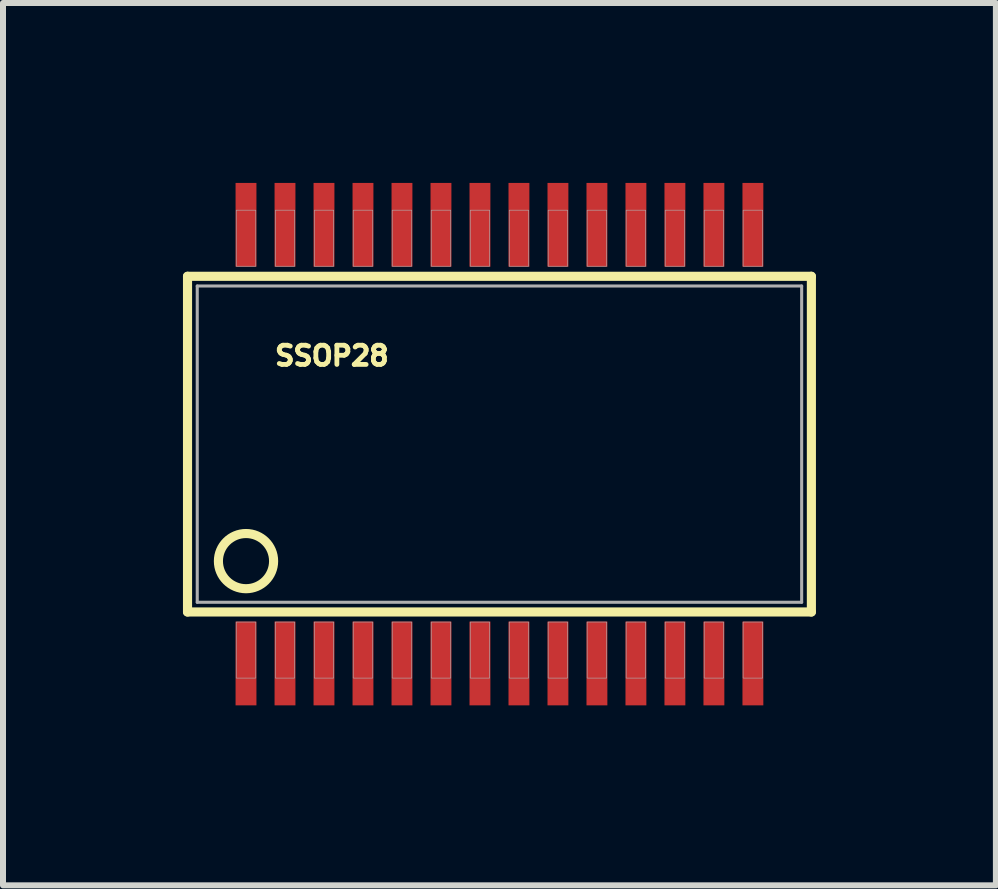
<source format=kicad_pcb>
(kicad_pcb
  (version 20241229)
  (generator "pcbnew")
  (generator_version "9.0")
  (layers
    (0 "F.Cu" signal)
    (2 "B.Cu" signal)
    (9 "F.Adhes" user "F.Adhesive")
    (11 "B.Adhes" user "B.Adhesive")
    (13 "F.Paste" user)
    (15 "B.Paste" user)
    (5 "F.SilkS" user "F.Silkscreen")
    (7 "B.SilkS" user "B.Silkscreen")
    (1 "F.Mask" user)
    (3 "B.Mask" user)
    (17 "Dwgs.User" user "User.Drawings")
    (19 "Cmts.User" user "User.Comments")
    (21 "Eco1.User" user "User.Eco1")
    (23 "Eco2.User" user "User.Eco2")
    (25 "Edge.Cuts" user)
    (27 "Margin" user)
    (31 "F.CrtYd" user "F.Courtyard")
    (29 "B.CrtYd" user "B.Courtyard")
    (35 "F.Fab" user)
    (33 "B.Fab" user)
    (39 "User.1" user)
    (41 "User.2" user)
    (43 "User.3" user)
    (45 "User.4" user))
  (footprint "SSOP28"
    (layer "F.Cu")
    (at 5.276 4.354)
    (property "Reference" "SSOP28" (at -2.794 -1.473 0) (layer "F.SilkS") (effects (font (size 0.32 0.32) (thickness 0.15))))
    (attr through_hole)
    (fp_line (start -5.2 -2.798) (end 5.2 -2.798) (stroke (width 0.152) (type solid)) (layer "F.SilkS"))
    (fp_line (start -5.2 2.798) (end -5.2 -2.798) (stroke (width 0.152) (type solid)) (layer "F.SilkS"))
    (fp_line (start 5.2 -2.798) (end 5.2 2.798) (stroke (width 0.152) (type solid)) (layer "F.SilkS"))
    (fp_line (start 5.2 2.798) (end -5.2 2.798) (stroke (width 0.152) (type solid)) (layer "F.SilkS"))
    (fp_circle (center -4.225 1.95) (end -3.765 1.95) (stroke (width 0.152) (type solid)) (fill no) (layer "F.SilkS"))
    (fp_poly (pts (xy -4.37 -4.25) (xy -4.08 -4.25) (xy -4.08 -3.06) (xy -4.37 -3.06)) (stroke (width 0.01) (type solid)) (fill yes) (layer "F.Paste"))
    (fp_poly (pts (xy -4.37 3.06) (xy -4.08 3.06) (xy -4.08 4.25) (xy -4.37 4.25)) (stroke (width 0.01) (type solid)) (fill yes) (layer "F.Paste"))
    (fp_poly (pts (xy -3.72 -4.25) (xy -3.43 -4.25) (xy -3.43 -3.06) (xy -3.72 -3.06)) (stroke (width 0.01) (type solid)) (fill yes) (layer "F.Paste"))
    (fp_poly (pts (xy -3.72 3.06) (xy -3.43 3.06) (xy -3.43 4.25) (xy -3.72 4.25)) (stroke (width 0.01) (type solid)) (fill yes) (layer "F.Paste"))
    (fp_poly (pts (xy -3.07 -4.25) (xy -2.78 -4.25) (xy -2.78 -3.06) (xy -3.07 -3.06)) (stroke (width 0.01) (type solid)) (fill yes) (layer "F.Paste"))
    (fp_poly (pts (xy -3.07 3.06) (xy -2.78 3.06) (xy -2.78 4.25) (xy -3.07 4.25)) (stroke (width 0.01) (type solid)) (fill yes) (layer "F.Paste"))
    (fp_poly (pts (xy -2.42 -4.25) (xy -2.13 -4.25) (xy -2.13 -3.06) (xy -2.42 -3.06)) (stroke (width 0.01) (type solid)) (fill yes) (layer "F.Paste"))
    (fp_poly (pts (xy -2.42 3.06) (xy -2.13 3.06) (xy -2.13 4.25) (xy -2.42 4.25)) (stroke (width 0.01) (type solid)) (fill yes) (layer "F.Paste"))
    (fp_poly (pts (xy -1.77 -4.25) (xy -1.48 -4.25) (xy -1.48 -3.06) (xy -1.77 -3.06)) (stroke (width 0.01) (type solid)) (fill yes) (layer "F.Paste"))
    (fp_poly (pts (xy -1.77 3.06) (xy -1.48 3.06) (xy -1.48 4.25) (xy -1.77 4.25)) (stroke (width 0.01) (type solid)) (fill yes) (layer "F.Paste"))
    (fp_poly (pts (xy -1.12 -4.25) (xy -0.83 -4.25) (xy -0.83 -3.06) (xy -1.12 -3.06)) (stroke (width 0.01) (type solid)) (fill yes) (layer "F.Paste"))
    (fp_poly (pts (xy -1.12 3.06) (xy -0.83 3.06) (xy -0.83 4.25) (xy -1.12 4.25)) (stroke (width 0.01) (type solid)) (fill yes) (layer "F.Paste"))
    (fp_poly (pts (xy -0.47 -4.25) (xy -0.18 -4.25) (xy -0.18 -3.06) (xy -0.47 -3.06)) (stroke (width 0.01) (type solid)) (fill yes) (layer "F.Paste"))
    (fp_poly (pts (xy -0.47 3.06) (xy -0.18 3.06) (xy -0.18 4.25) (xy -0.47 4.25)) (stroke (width 0.01) (type solid)) (fill yes) (layer "F.Paste"))
    (fp_poly (pts (xy 0.18 -4.25) (xy 0.47 -4.25) (xy 0.47 -3.06) (xy 0.18 -3.06)) (stroke (width 0.01) (type solid)) (fill yes) (layer "F.Paste"))
    (fp_poly (pts (xy 0.18 3.06) (xy 0.47 3.06) (xy 0.47 4.25) (xy 0.18 4.25)) (stroke (width 0.01) (type solid)) (fill yes) (layer "F.Paste"))
    (fp_poly (pts (xy 0.83 -4.25) (xy 1.12 -4.25) (xy 1.12 -3.06) (xy 0.83 -3.06)) (stroke (width 0.01) (type solid)) (fill yes) (layer "F.Paste"))
    (fp_poly (pts (xy 0.83 3.06) (xy 1.12 3.06) (xy 1.12 4.25) (xy 0.83 4.25)) (stroke (width 0.01) (type solid)) (fill yes) (layer "F.Paste"))
    (fp_poly (pts (xy 1.48 -4.25) (xy 1.77 -4.25) (xy 1.77 -3.06) (xy 1.48 -3.06)) (stroke (width 0.01) (type solid)) (fill yes) (layer "F.Paste"))
    (fp_poly (pts (xy 1.48 3.06) (xy 1.77 3.06) (xy 1.77 4.25) (xy 1.48 4.25)) (stroke (width 0.01) (type solid)) (fill yes) (layer "F.Paste"))
    (fp_poly (pts (xy 2.13 -4.25) (xy 2.42 -4.25) (xy 2.42 -3.06) (xy 2.13 -3.06)) (stroke (width 0.01) (type solid)) (fill yes) (layer "F.Paste"))
    (fp_poly (pts (xy 2.13 3.06) (xy 2.42 3.06) (xy 2.42 4.25) (xy 2.13 4.25)) (stroke (width 0.01) (type solid)) (fill yes) (layer "F.Paste"))
    (fp_poly (pts (xy 2.78 -4.25) (xy 3.07 -4.25) (xy 3.07 -3.06) (xy 2.78 -3.06)) (stroke (width 0.01) (type solid)) (fill yes) (layer "F.Paste"))
    (fp_poly (pts (xy 2.78 3.06) (xy 3.07 3.06) (xy 3.07 4.25) (xy 2.78 4.25)) (stroke (width 0.01) (type solid)) (fill yes) (layer "F.Paste"))
    (fp_poly (pts (xy 3.43 -4.25) (xy 3.72 -4.25) (xy 3.72 -3.06) (xy 3.43 -3.06)) (stroke (width 0.01) (type solid)) (fill yes) (layer "F.Paste"))
    (fp_poly (pts (xy 3.43 3.06) (xy 3.72 3.06) (xy 3.72 4.25) (xy 3.43 4.25)) (stroke (width 0.01) (type solid)) (fill yes) (layer "F.Paste"))
    (fp_poly (pts (xy 4.08 -4.25) (xy 4.37 -4.25) (xy 4.37 -3.06) (xy 4.08 -3.06)) (stroke (width 0.01) (type solid)) (fill yes) (layer "F.Paste"))
    (fp_poly (pts (xy 4.08 3.06) (xy 4.37 3.06) (xy 4.37 4.25) (xy 4.08 4.25)) (stroke (width 0.01) (type solid)) (fill yes) (layer "F.Paste"))
    (fp_line (start -5.038 -2.636) (end 5.038 -2.636) (stroke (width 0.051) (type solid)) (layer "F.Fab"))
    (fp_line (start -5.038 2.636) (end -5.038 -2.636) (stroke (width 0.051) (type solid)) (layer "F.Fab"))
    (fp_line (start 5.038 -2.636) (end 5.038 2.636) (stroke (width 0.051) (type solid)) (layer "F.Fab"))
    (fp_line (start 5.038 2.636) (end -5.038 2.636) (stroke (width 0.051) (type solid)) (layer "F.Fab"))
    (fp_poly (pts (xy -4.388 -3.9) (xy -4.062 -3.9) (xy -4.062 -2.966) (xy -4.388 -2.966)) (stroke (width 0.01) (type solid)) (fill no) (layer "F.Fab"))
    (fp_poly (pts (xy -4.388 2.966) (xy -4.062 2.966) (xy -4.062 3.9) (xy -4.388 3.9)) (stroke (width 0.01) (type solid)) (fill no) (layer "F.Fab"))
    (fp_poly (pts (xy -3.737 -3.9) (xy -3.413 -3.9) (xy -3.413 -2.966) (xy -3.737 -2.966)) (stroke (width 0.01) (type solid)) (fill no) (layer "F.Fab"))
    (fp_poly (pts (xy -3.737 2.966) (xy -3.413 2.966) (xy -3.413 3.9) (xy -3.737 3.9)) (stroke (width 0.01) (type solid)) (fill no) (layer "F.Fab"))
    (fp_poly (pts (xy -3.087 -3.9) (xy -2.763 -3.9) (xy -2.763 -2.966) (xy -3.087 -2.966)) (stroke (width 0.01) (type solid)) (fill no) (layer "F.Fab"))
    (fp_poly (pts (xy -3.087 2.966) (xy -2.763 2.966) (xy -2.763 3.9) (xy -3.087 3.9)) (stroke (width 0.01) (type solid)) (fill no) (layer "F.Fab"))
    (fp_poly (pts (xy -2.438 -3.9) (xy -2.112 -3.9) (xy -2.112 -2.966) (xy -2.438 -2.966)) (stroke (width 0.01) (type solid)) (fill no) (layer "F.Fab"))
    (fp_poly (pts (xy -2.438 2.966) (xy -2.112 2.966) (xy -2.112 3.9) (xy -2.438 3.9)) (stroke (width 0.01) (type solid)) (fill no) (layer "F.Fab"))
    (fp_poly (pts (xy -1.788 -3.9) (xy -1.462 -3.9) (xy -1.462 -2.966) (xy -1.788 -2.966)) (stroke (width 0.01) (type solid)) (fill no) (layer "F.Fab"))
    (fp_poly (pts (xy -1.788 2.966) (xy -1.462 2.966) (xy -1.462 3.9) (xy -1.788 3.9)) (stroke (width 0.01) (type solid)) (fill no) (layer "F.Fab"))
    (fp_poly (pts (xy -1.137 -3.9) (xy -0.812 -3.9) (xy -0.812 -2.966) (xy -1.137 -2.966)) (stroke (width 0.01) (type solid)) (fill no) (layer "F.Fab"))
    (fp_poly (pts (xy -1.137 2.966) (xy -0.812 2.966) (xy -0.812 3.9) (xy -1.137 3.9)) (stroke (width 0.01) (type solid)) (fill no) (layer "F.Fab"))
    (fp_poly (pts (xy -0.487 -3.9) (xy -0.163 -3.9) (xy -0.163 -2.966) (xy -0.487 -2.966)) (stroke (width 0.01) (type solid)) (fill no) (layer "F.Fab"))
    (fp_poly (pts (xy -0.487 2.966) (xy -0.163 2.966) (xy -0.163 3.9) (xy -0.487 3.9)) (stroke (width 0.01) (type solid)) (fill no) (layer "F.Fab"))
    (fp_poly (pts (xy 0.163 -3.9) (xy 0.487 -3.9) (xy 0.487 -2.966) (xy 0.163 -2.966)) (stroke (width 0.01) (type solid)) (fill no) (layer "F.Fab"))
    (fp_poly (pts (xy 0.163 2.966) (xy 0.487 2.966) (xy 0.487 3.9) (xy 0.163 3.9)) (stroke (width 0.01) (type solid)) (fill no) (layer "F.Fab"))
    (fp_poly (pts (xy 0.812 -3.9) (xy 1.137 -3.9) (xy 1.137 -2.966) (xy 0.812 -2.966)) (stroke (width 0.01) (type solid)) (fill no) (layer "F.Fab"))
    (fp_poly (pts (xy 0.812 2.966) (xy 1.137 2.966) (xy 1.137 3.9) (xy 0.812 3.9)) (stroke (width 0.01) (type solid)) (fill no) (layer "F.Fab"))
    (fp_poly (pts (xy 1.462 -3.9) (xy 1.788 -3.9) (xy 1.788 -2.966) (xy 1.462 -2.966)) (stroke (width 0.01) (type solid)) (fill no) (layer "F.Fab"))
    (fp_poly (pts (xy 1.462 2.966) (xy 1.788 2.966) (xy 1.788 3.9) (xy 1.462 3.9)) (stroke (width 0.01) (type solid)) (fill no) (layer "F.Fab"))
    (fp_poly (pts (xy 2.112 -3.9) (xy 2.438 -3.9) (xy 2.438 -2.966) (xy 2.112 -2.966)) (stroke (width 0.01) (type solid)) (fill no) (layer "F.Fab"))
    (fp_poly (pts (xy 2.112 2.966) (xy 2.438 2.966) (xy 2.438 3.9) (xy 2.112 3.9)) (stroke (width 0.01) (type solid)) (fill no) (layer "F.Fab"))
    (fp_poly (pts (xy 2.763 -3.9) (xy 3.087 -3.9) (xy 3.087 -2.966) (xy 2.763 -2.966)) (stroke (width 0.01) (type solid)) (fill no) (layer "F.Fab"))
    (fp_poly (pts (xy 2.763 2.966) (xy 3.087 2.966) (xy 3.087 3.9) (xy 2.763 3.9)) (stroke (width 0.01) (type solid)) (fill no) (layer "F.Fab"))
    (fp_poly (pts (xy 3.413 -3.9) (xy 3.737 -3.9) (xy 3.737 -2.966) (xy 3.413 -2.966)) (stroke (width 0.01) (type solid)) (fill no) (layer "F.Fab"))
    (fp_poly (pts (xy 3.413 2.966) (xy 3.737 2.966) (xy 3.737 3.9) (xy 3.413 3.9)) (stroke (width 0.01) (type solid)) (fill no) (layer "F.Fab"))
    (fp_poly (pts (xy 4.062 -3.9) (xy 4.388 -3.9) (xy 4.388 -2.966) (xy 4.062 -2.966)) (stroke (width 0.01) (type solid)) (fill no) (layer "F.Fab"))
    (fp_poly (pts (xy 4.062 2.966) (xy 4.388 2.966) (xy 4.388 3.9) (xy 4.062 3.9)) (stroke (width 0.01) (type solid)) (fill no) (layer "F.Fab"))
    (pad "1" smd rect (at -4.225 3.656) (size 0.348 1.397) (layers "F.Cu" "F.Mask"))
    (pad "2" smd rect (at -3.575 3.656) (size 0.348 1.397) (layers "F.Cu" "F.Mask"))
    (pad "3" smd rect (at -2.925 3.656) (size 0.348 1.397) (layers "F.Cu" "F.Mask"))
    (pad "4" smd rect (at -2.275 3.656) (size 0.348 1.397) (layers "F.Cu" "F.Mask"))
    (pad "5" smd rect (at -1.625 3.656) (size 0.348 1.397) (layers "F.Cu" "F.Mask"))
    (pad "6" smd rect (at -0.975 3.656) (size 0.348 1.397) (layers "F.Cu" "F.Mask"))
    (pad "7" smd rect (at -0.325 3.656) (size 0.348 1.397) (layers "F.Cu" "F.Mask"))
    (pad "8" smd rect (at 0.325 3.656) (size 0.348 1.397) (layers "F.Cu" "F.Mask"))
    (pad "9" smd rect (at 0.975 3.656) (size 0.348 1.397) (layers "F.Cu" "F.Mask"))
    (pad "10" smd rect (at 1.625 3.656) (size 0.348 1.397) (layers "F.Cu" "F.Mask"))
    (pad "11" smd rect (at 2.275 3.656) (size 0.348 1.397) (layers "F.Cu" "F.Mask"))
    (pad "12" smd rect (at 2.925 3.656) (size 0.348 1.397) (layers "F.Cu" "F.Mask"))
    (pad "13" smd rect (at 3.575 3.656) (size 0.348 1.397) (layers "F.Cu" "F.Mask"))
    (pad "14" smd rect (at 4.225 3.656) (size 0.348 1.397) (layers "F.Cu" "F.Mask"))
    (pad "15" smd rect (at 4.225 -3.656) (size 0.348 1.397) (layers "F.Cu" "F.Mask"))
    (pad "16" smd rect (at 3.575 -3.656) (size 0.348 1.397) (layers "F.Cu" "F.Mask"))
    (pad "17" smd rect (at 2.925 -3.656) (size 0.348 1.397) (layers "F.Cu" "F.Mask"))
    (pad "18" smd rect (at 2.275 -3.656) (size 0.348 1.397) (layers "F.Cu" "F.Mask"))
    (pad "19" smd rect (at 1.625 -3.656) (size 0.348 1.397) (layers "F.Cu" "F.Mask"))
    (pad "20" smd rect (at 0.975 -3.656) (size 0.348 1.397) (layers "F.Cu" "F.Mask"))
    (pad "21" smd rect (at 0.325 -3.656) (size 0.348 1.397) (layers "F.Cu" "F.Mask"))
    (pad "22" smd rect (at -0.325 -3.656) (size 0.348 1.397) (layers "F.Cu" "F.Mask"))
    (pad "23" smd rect (at -0.975 -3.656) (size 0.348 1.397) (layers "F.Cu" "F.Mask"))
    (pad "24" smd rect (at -1.625 -3.656) (size 0.348 1.397) (layers "F.Cu" "F.Mask"))
    (pad "25" smd rect (at -2.275 -3.656) (size 0.348 1.397) (layers "F.Cu" "F.Mask"))
    (pad "26" smd rect (at -2.925 -3.656) (size 0.348 1.397) (layers "F.Cu" "F.Mask"))
    (pad "27" smd rect (at -3.575 -3.656) (size 0.348 1.397) (layers "F.Cu" "F.Mask"))
    (pad "28" smd rect (at -4.225 -3.656) (size 0.348 1.397) (layers "F.Cu" "F.Mask")))
  (gr_rect
    (start -3 -3)
    (end 13.552 11.709)
    (stroke (width 0.1) (type default))
    (fill no)
    (layer "Edge.Cuts")))
</source>
